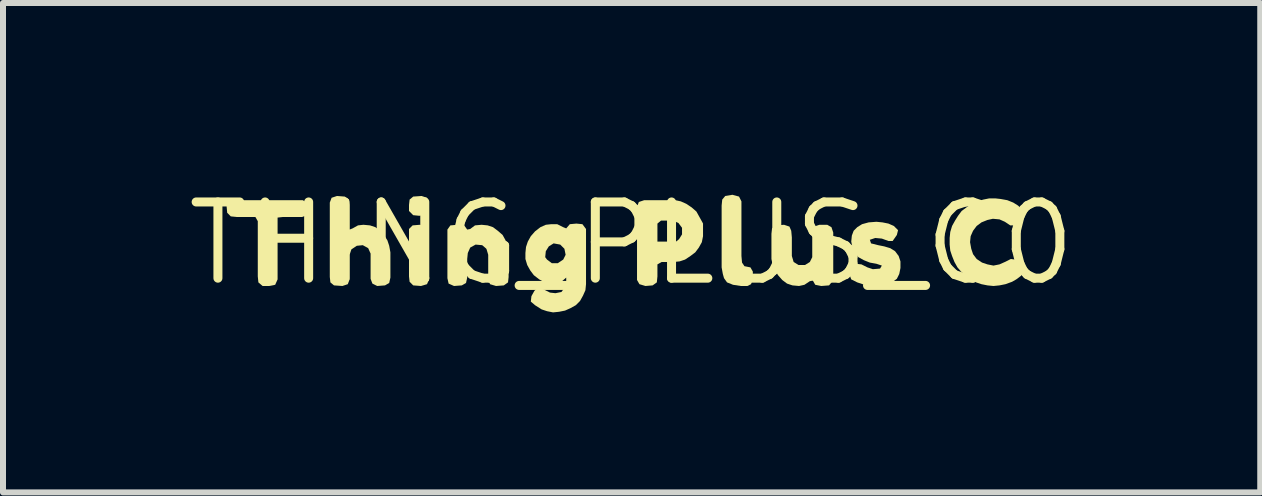
<source format=kicad_pcb>
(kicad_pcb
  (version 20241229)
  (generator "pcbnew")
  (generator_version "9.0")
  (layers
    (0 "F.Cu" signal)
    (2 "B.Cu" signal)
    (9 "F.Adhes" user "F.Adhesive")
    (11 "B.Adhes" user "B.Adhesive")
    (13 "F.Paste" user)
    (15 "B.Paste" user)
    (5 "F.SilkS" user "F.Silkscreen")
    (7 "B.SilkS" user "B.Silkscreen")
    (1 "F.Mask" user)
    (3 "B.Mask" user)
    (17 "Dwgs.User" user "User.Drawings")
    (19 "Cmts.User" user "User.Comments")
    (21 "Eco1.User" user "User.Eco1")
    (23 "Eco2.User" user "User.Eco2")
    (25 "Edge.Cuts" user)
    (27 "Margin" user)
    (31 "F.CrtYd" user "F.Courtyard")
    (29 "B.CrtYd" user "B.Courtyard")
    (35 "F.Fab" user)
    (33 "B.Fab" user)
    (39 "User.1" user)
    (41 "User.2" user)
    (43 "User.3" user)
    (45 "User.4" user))
  (footprint "THING_PLUS_C0"
    (layer "F.Cu")
    (at 7.476 1.006)
    (property "Reference" "THING_PLUS_C0" (at 0 0 0) (layer "F.SilkS") (effects (font (size 1.27 1.27) (thickness 0.15))))
    (attr through_hole)
    (fp_poly (pts (xy -3.41 -0.48) (xy -3.38 -0.57) (xy -3.38 -0.68) (xy -3.41 -0.76) (xy -3.5 -0.79) (xy -3.64 -0.78) (xy -3.7 -0.73) (xy -3.71 -0.64) (xy -3.71 -0.54) (xy -3.64 -0.47) (xy -3.54 -0.46) (xy -3.44 -0.47)) (stroke (width 0) (type solid)) (fill yes) (layer "F.SilkS"))
    (fp_poly (pts (xy -3.71 -0.07) (xy -3.71 0.55) (xy -3.7 0.64) (xy -3.64 0.7) (xy -3.51 0.71) (xy -3.41 0.68) (xy -3.38 0.61) (xy -3.38 -0.11) (xy -3.38 -0.22) (xy -3.42 -0.29) (xy -3.53 -0.31) (xy -3.65 -0.3) (xy -3.71 -0.24) (xy -3.71 -0.14)) (stroke (width 0) (type solid)) (fill yes) (layer "F.SilkS"))
    (fp_poly (pts (xy 1.5 -0.63) (xy 1.5 0.28) (xy 1.5 0.4) (xy 1.52 0.51) (xy 1.54 0.58) (xy 1.59 0.65) (xy 1.69 0.69) (xy 1.82 0.71) (xy 1.93 0.71) (xy 1.99 0.68) (xy 2.02 0.6) (xy 2.02 0.47) (xy 1.98 0.4) (xy 1.88 0.38) (xy 1.84 0.32) (xy 1.83 0.21) (xy 1.83 -0.7) (xy 1.79 -0.78) (xy 1.68 -0.81) (xy 1.56 -0.79) (xy 1.51 -0.73)) (stroke (width 0) (type solid)) (fill yes) (layer "F.SilkS"))
    (fp_poly (pts (xy -6.61 -0.72) (xy -6.71 -0.7) (xy -6.75 -0.62) (xy -6.74 -0.51) (xy -6.68 -0.45) (xy -6.58 -0.44) (xy -6.27 -0.44) (xy -6.23 -0.37) (xy -6.23 0.55) (xy -6.22 0.65) (xy -6.15 0.71) (xy -6.04 0.71) (xy -5.94 0.69) (xy -5.9 0.6) (xy -5.9 0.49) (xy -5.9 -0.43) (xy -5.81 -0.44) (xy -5.6 -0.44) (xy -5.49 -0.44) (xy -5.41 -0.47) (xy -5.39 -0.57) (xy -5.4 -0.67) (xy -5.48 -0.72) (xy -5.59 -0.72)) (stroke (width 0) (type solid)) (fill yes) (layer "F.SilkS"))
    (fp_poly (pts (xy -4.47 -0.31) (xy -4.56 -0.3) (xy -4.65 -0.25) (xy -4.7 -0.23) (xy -4.7 -0.64) (xy -4.71 -0.73) (xy -4.78 -0.78) (xy -4.91 -0.79) (xy -5 -0.76) (xy -5.03 -0.68) (xy -5.03 0.56) (xy -5.02 0.65) (xy -4.96 0.7) (xy -4.82 0.71) (xy -4.73 0.68) (xy -4.7 0.6) (xy -4.7 0.19) (xy -4.67 0.1) (xy -4.58 0.04) (xy -4.48 0.03) (xy -4.39 0.08) (xy -4.35 0.17) (xy -4.35 0.59) (xy -4.32 0.67) (xy -4.24 0.71) (xy -4.11 0.7) (xy -4.04 0.66) (xy -4.02 0.57) (xy -4.02 0.26) (xy -4.02 0.15) (xy -4.04 0.04) (xy -4.07 -0.05) (xy -4.12 -0.13) (xy -4.19 -0.21) (xy -4.27 -0.27) (xy -4.36 -0.3)) (stroke (width 0) (type solid)) (fill yes) (layer "F.SilkS"))
    (fp_poly (pts (xy -2.5 -0.31) (xy -2.61 -0.3) (xy -2.69 -0.24) (xy -2.74 -0.23) (xy -2.79 -0.3) (xy -2.9 -0.31) (xy -3.02 -0.3) (xy -3.07 -0.23) (xy -3.07 -0.13) (xy -3.07 0.58) (xy -3.05 0.67) (xy -2.96 0.71) (xy -2.83 0.7) (xy -2.76 0.66) (xy -2.74 0.57) (xy -2.74 0.26) (xy -2.73 0.16) (xy -2.69 0.07) (xy -2.6 0.02) (xy -2.49 0.03) (xy -2.42 0.09) (xy -2.39 0.19) (xy -2.39 0.5) (xy -2.39 0.6) (xy -2.36 0.68) (xy -2.26 0.71) (xy -2.13 0.7) (xy -2.06 0.65) (xy -2.05 0.56) (xy -2.05 0.25) (xy -2.05 0.14) (xy -2.07 0.04) (xy -2.1 -0.05) (xy -2.15 -0.14) (xy -2.23 -0.21) (xy -2.31 -0.27) (xy -2.4 -0.3)) (stroke (width 0) (type solid)) (fill yes) (layer "F.SilkS"))
    (fp_poly (pts (xy 2.79 0.71) (xy 2.88 0.69) (xy 2.97 0.63) (xy 3.02 0.62) (xy 3.06 0.69) (xy 3.16 0.71) (xy 3.29 0.7) (xy 3.34 0.64) (xy 3.36 0.54) (xy 3.36 -0.18) (xy 3.33 -0.27) (xy 3.26 -0.31) (xy 3.13 -0.31) (xy 3.04 -0.28) (xy 3.01 -0.19) (xy 3.01 0.12) (xy 3.01 0.23) (xy 2.97 0.31) (xy 2.89 0.36) (xy 2.78 0.36) (xy 2.7 0.31) (xy 2.67 0.21) (xy 2.67 -0.1) (xy 2.66 -0.21) (xy 2.63 -0.28) (xy 2.54 -0.31) (xy 2.41 -0.3) (xy 2.34 -0.25) (xy 2.33 -0.16) (xy 2.33 0.15) (xy 2.33 0.26) (xy 2.35 0.36) (xy 2.39 0.45) (xy 2.44 0.53) (xy 2.51 0.61) (xy 2.59 0.67) (xy 2.68 0.7)) (stroke (width 0) (type solid)) (fill yes) (layer "F.SilkS"))
    (fp_poly (pts (xy 1.18 -0.35) (xy 1.13 -0.44) (xy 1.08 -0.53) (xy 1 -0.6) (xy 0.91 -0.66) (xy 0.82 -0.7) (xy 0.73 -0.72) (xy 0.63 -0.72) (xy 0.33 -0.72) (xy 0.21 -0.72) (xy 0.12 -0.69) (xy 0.09 -0.61) (xy 0.09 0.51) (xy 0.09 0.61) (xy 0.13 0.68) (xy 0.23 0.71) (xy 0.35 0.7) (xy 0.42 0.65) (xy 0.43 0.55) (xy 0.43 0.35) (xy 0.5 0.31) (xy 0.7 0.31) (xy 0.8 0.3) (xy 0.89 0.27) (xy 0.74 -0.03) (xy 0.43 -0.03) (xy 0.43 -0.33) (xy 0.49 -0.38) (xy 0.69 -0.38) (xy 0.78 -0.34) (xy 0.84 -0.26) (xy 0.84 -0.15) (xy 0.79 -0.07) (xy 0.74 -0.03) (xy 0.89 0.27) (xy 0.98 0.21) (xy 1.06 0.15) (xy 1.12 0.07) (xy 1.17 -0.02) (xy 1.19 -0.12) (xy 1.19 -0.22) (xy 1.19 -0.33)) (stroke (width 0) (type solid)) (fill yes) (layer "F.SilkS"))
    (fp_poly (pts (xy 3.66 0.6) (xy 3.76 0.65) (xy 3.85 0.68) (xy 3.95 0.71) (xy 4.05 0.71) (xy 4.16 0.7) (xy 4.25 0.68) (xy 4.34 0.65) (xy 4.42 0.59) (xy 4.46 0.51) (xy 4.48 0.41) (xy 4.48 0.3) (xy 4.45 0.21) (xy 4.39 0.13) (xy 4.31 0.08) (xy 4.21 0.05) (xy 4.11 0.03) (xy 3.99 0) (xy 3.97 -0.06) (xy 4.06 -0.09) (xy 4.17 -0.08) (xy 4.28 -0.04) (xy 4.35 -0.04) (xy 4.42 -0.14) (xy 4.44 -0.22) (xy 4.37 -0.29) (xy 4.28 -0.33) (xy 4.18 -0.35) (xy 4.08 -0.36) (xy 3.95 -0.35) (xy 3.84 -0.32) (xy 3.76 -0.27) (xy 3.7 -0.21) (xy 3.67 -0.13) (xy 3.66 -0.03) (xy 3.68 0.07) (xy 3.72 0.16) (xy 3.78 0.23) (xy 3.87 0.28) (xy 3.97 0.32) (xy 4.08 0.34) (xy 4.17 0.37) (xy 4.14 0.42) (xy 4.02 0.43) (xy 3.93 0.4) (xy 3.83 0.35) (xy 3.74 0.34) (xy 3.67 0.43) (xy 3.63 0.52)) (stroke (width 0) (type solid)) (fill yes) (layer "F.SilkS"))
    (fp_poly (pts (xy 6.22 0.31) (xy 6.13 0.35) (xy 6.03 0.37) (xy 5.93 0.35) (xy 5.84 0.32) (xy 5.75 0.26) (xy 5.69 0.18) (xy 5.66 0.09) (xy 5.64 -0.02) (xy 5.65 -0.12) (xy 5.69 -0.21) (xy 5.75 -0.29) (xy 5.83 -0.35) (xy 5.93 -0.39) (xy 6.02 -0.41) (xy 6.13 -0.4) (xy 6.22 -0.36) (xy 6.31 -0.3) (xy 6.38 -0.3) (xy 6.46 -0.37) (xy 6.52 -0.47) (xy 6.51 -0.56) (xy 6.44 -0.63) (xy 6.36 -0.68) (xy 6.26 -0.72) (xy 6.15 -0.74) (xy 6.06 -0.75) (xy 5.96 -0.75) (xy 5.86 -0.73) (xy 5.76 -0.7) (xy 5.67 -0.66) (xy 5.58 -0.6) (xy 5.5 -0.54) (xy 5.44 -0.46) (xy 5.39 -0.38) (xy 5.34 -0.29) (xy 5.31 -0.19) (xy 5.3 -0.09) (xy 5.3 0.02) (xy 5.31 0.12) (xy 5.34 0.21) (xy 5.38 0.31) (xy 5.43 0.4) (xy 5.49 0.47) (xy 5.57 0.54) (xy 5.65 0.6) (xy 5.74 0.65) (xy 5.83 0.68) (xy 5.93 0.7) (xy 6.03 0.71) (xy 6.13 0.7) (xy 6.23 0.68) (xy 6.34 0.64) (xy 6.41 0.6) (xy 6.49 0.54) (xy 6.52 0.45) (xy 6.47 0.35) (xy 6.39 0.27) (xy 6.32 0.26)) (stroke (width 0) (type solid)) (fill yes) (layer "F.SilkS"))
    (fp_poly (pts (xy -1.09 0.63) (xy -1.11 0.73) (xy -1.17 0.81) (xy -1.27 0.83) (xy -1.36 0.82) (xy -1.46 0.77) (xy -1.55 0.73) (xy -1.62 0.79) (xy -1.67 0.88) (xy -1.68 0.97) (xy -1.61 1.03) (xy -1.5 1.1) (xy -1.41 1.13) (xy -1.31 1.15) (xy -1.21 1.14) (xy -1.11 1.12) (xy -1.02 1.08) (xy -0.93 1.03) (xy -0.86 0.96) (xy -0.81 0.87) (xy -0.77 0.78) (xy -0.76 0.68) (xy -0.76 0.57) (xy -0.76 -0.14) (xy -0.76 -0.24) (xy -0.82 -0.32) (xy -0.92 -0.33) (xy -1.03 -0.32) (xy -1.09 -0.25) (xy -1.14 -0.27) (xy -1.24 -0.32) (xy -1.34 -0.32) (xy -1.43 -0.31) (xy -1.52 -0.27) (xy -1.61 -0.2) (xy -1.68 -0.12) (xy -1.73 -0.03) (xy -1.76 0.06) (xy -1.77 0.16) (xy -1.77 0.26) (xy -1.74 0.36) (xy -1.69 0.45) (xy -1.63 0.53) (xy -1.54 0.6) (xy -1.45 0.65) (xy -1.36 0.67) (xy -1.25 0.66) (xy -1.16 0.63) (xy -1.09 0.57) (xy -1.23 0.33) (xy -1.33 0.33) (xy -1.41 0.27) (xy -1.44 0.23) (xy -1.43 0.13) (xy -1.38 0.05) (xy -1.3 0) (xy -1.19 0.02) (xy -1.12 0.09) (xy -1.1 0.19) (xy -1.14 0.27) (xy -1.23 0.33) (xy -1.09 0.57)) (stroke (width 0) (type solid)) (fill yes) (layer "F.SilkS")))
  (gr_rect
    (start -3 -3)
    (end 17.952 5.156)
    (stroke (width 0.1) (type default))
    (fill no)
    (layer "Edge.Cuts")))
</source>
